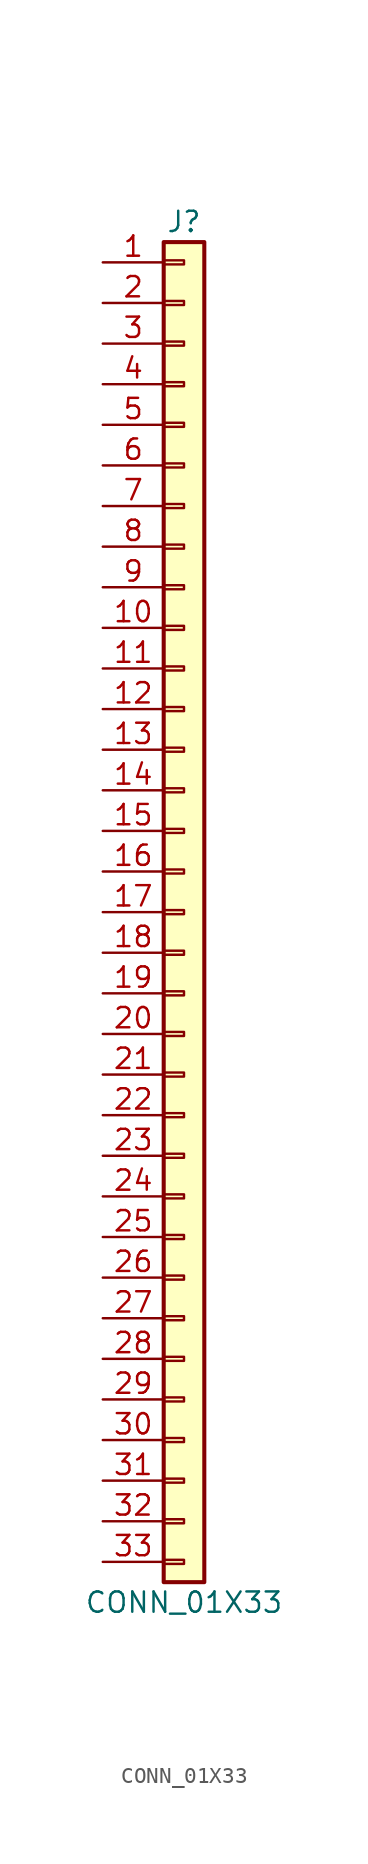
<source format=kicad_sym>
(kicad_symbol_lib
  (version 20211014)
  (generator kicad_symbol_editor)
  (symbol "CONN_01X33"
    (pin_names
      (offset 1.016) hide)
    (property "Reference" "J"
      (at 0 43.18 0)
      (effects (font (size 1.27 1.27))))
    (property "Value" "CONN_01X33"
      (at 0 -43.18 0)
      (effects (font (size 1.27 1.27))))
    (symbol "CONN_01X33_1_1"
      (rectangle (start -1.27 -40.513) (end 0 -40.767) (stroke (width 0.152) (type default) (color 0 0 0 0)) (fill (type none)))
      (rectangle (start -1.27 -37.973) (end 0 -38.227) (stroke (width 0.152) (type default) (color 0 0 0 0)) (fill (type none)))
      (rectangle (start -1.27 -35.433) (end 0 -35.687) (stroke (width 0.152) (type default) (color 0 0 0 0)) (fill (type none)))
      (rectangle (start -1.27 -32.893) (end 0 -33.147) (stroke (width 0.152) (type default) (color 0 0 0 0)) (fill (type none)))
      (rectangle (start -1.27 -30.353) (end 0 -30.607) (stroke (width 0.152) (type default) (color 0 0 0 0)) (fill (type none)))
      (rectangle (start -1.27 -27.813) (end 0 -28.067) (stroke (width 0.152) (type default) (color 0 0 0 0)) (fill (type none)))
      (rectangle (start -1.27 -25.273) (end 0 -25.527) (stroke (width 0.152) (type default) (color 0 0 0 0)) (fill (type none)))
      (rectangle (start -1.27 -22.733) (end 0 -22.987) (stroke (width 0.152) (type default) (color 0 0 0 0)) (fill (type none)))
      (rectangle (start -1.27 -20.193) (end 0 -20.447) (stroke (width 0.152) (type default) (color 0 0 0 0)) (fill (type none)))
      (rectangle (start -1.27 -17.653) (end 0 -17.907) (stroke (width 0.152) (type default) (color 0 0 0 0)) (fill (type none)))
      (rectangle (start -1.27 -15.113) (end 0 -15.367) (stroke (width 0.152) (type default) (color 0 0 0 0)) (fill (type none)))
      (rectangle (start -1.27 -12.573) (end 0 -12.827) (stroke (width 0.152) (type default) (color 0 0 0 0)) (fill (type none)))
      (rectangle (start -1.27 -10.033) (end 0 -10.287) (stroke (width 0.152) (type default) (color 0 0 0 0)) (fill (type none)))
      (rectangle (start -1.27 -7.493) (end 0 -7.747) (stroke (width 0.152) (type default) (color 0 0 0 0)) (fill (type none)))
      (rectangle (start -1.27 -4.953) (end 0 -5.207) (stroke (width 0.152) (type default) (color 0 0 0 0)) (fill (type none)))
      (rectangle (start -1.27 -2.413) (end 0 -2.667) (stroke (width 0.152) (type default) (color 0 0 0 0)) (fill (type none)))
      (rectangle (start -1.27 0.127) (end 0 -0.127) (stroke (width 0.152) (type default) (color 0 0 0 0)) (fill (type none)))
      (rectangle (start -1.27 2.667) (end 0 2.413) (stroke (width 0.152) (type default) (color 0 0 0 0)) (fill (type none)))
      (rectangle (start -1.27 5.207) (end 0 4.953) (stroke (width 0.152) (type default) (color 0 0 0 0)) (fill (type none)))
      (rectangle (start -1.27 7.747) (end 0 7.493) (stroke (width 0.152) (type default) (color 0 0 0 0)) (fill (type none)))
      (rectangle (start -1.27 10.287) (end 0 10.033) (stroke (width 0.152) (type default) (color 0 0 0 0)) (fill (type none)))
      (rectangle (start -1.27 12.827) (end 0 12.573) (stroke (width 0.152) (type default) (color 0 0 0 0)) (fill (type none)))
      (rectangle (start -1.27 15.367) (end 0 15.113) (stroke (width 0.152) (type default) (color 0 0 0 0)) (fill (type none)))
      (rectangle (start -1.27 17.907) (end 0 17.653) (stroke (width 0.152) (type default) (color 0 0 0 0)) (fill (type none)))
      (rectangle (start -1.27 20.447) (end 0 20.193) (stroke (width 0.152) (type default) (color 0 0 0 0)) (fill (type none)))
      (rectangle (start -1.27 22.987) (end 0 22.733) (stroke (width 0.152) (type default) (color 0 0 0 0)) (fill (type none)))
      (rectangle (start -1.27 25.527) (end 0 25.273) (stroke (width 0.152) (type default) (color 0 0 0 0)) (fill (type none)))
      (rectangle (start -1.27 28.067) (end 0 27.813) (stroke (width 0.152) (type default) (color 0 0 0 0)) (fill (type none)))
      (rectangle (start -1.27 30.607) (end 0 30.353) (stroke (width 0.152) (type default) (color 0 0 0 0)) (fill (type none)))
      (rectangle (start -1.27 33.147) (end 0 32.893) (stroke (width 0.152) (type default) (color 0 0 0 0)) (fill (type none)))
      (rectangle (start -1.27 35.687) (end 0 35.433) (stroke (width 0.152) (type default) (color 0 0 0 0)) (fill (type none)))
      (rectangle (start -1.27 38.227) (end 0 37.973) (stroke (width 0.152) (type default) (color 0 0 0 0)) (fill (type none)))
      (rectangle (start -1.27 40.767) (end 0 40.513) (stroke (width 0.152) (type default) (color 0 0 0 0)) (fill (type none)))
      (rectangle (start -1.27 41.91) (end 1.27 -41.91) (stroke (width 0.254) (type default) (color 0 0 0 0)) (fill (type background)))
      (pin passive line (at -5.08 40.64 0) (length 3.81) (name "Pin_1" (effects (font (size 1.27 1.27)))) (number "1" (effects (font (size 1.27 1.27)))))
      (pin passive line (at -5.08 17.78 0) (length 3.81) (name "Pin_10" (effects (font (size 1.27 1.27)))) (number "10" (effects (font (size 1.27 1.27)))))
      (pin passive line (at -5.08 15.24 0) (length 3.81) (name "Pin_11" (effects (font (size 1.27 1.27)))) (number "11" (effects (font (size 1.27 1.27)))))
      (pin passive line (at -5.08 12.7 0) (length 3.81) (name "Pin_12" (effects (font (size 1.27 1.27)))) (number "12" (effects (font (size 1.27 1.27)))))
      (pin passive line (at -5.08 10.16 0) (length 3.81) (name "Pin_13" (effects (font (size 1.27 1.27)))) (number "13" (effects (font (size 1.27 1.27)))))
      (pin passive line (at -5.08 7.62 0) (length 3.81) (name "Pin_14" (effects (font (size 1.27 1.27)))) (number "14" (effects (font (size 1.27 1.27)))))
      (pin passive line (at -5.08 5.08 0) (length 3.81) (name "Pin_15" (effects (font (size 1.27 1.27)))) (number "15" (effects (font (size 1.27 1.27)))))
      (pin passive line (at -5.08 2.54 0) (length 3.81) (name "Pin_16" (effects (font (size 1.27 1.27)))) (number "16" (effects (font (size 1.27 1.27)))))
      (pin passive line (at -5.08 0 0) (length 3.81) (name "Pin_17" (effects (font (size 1.27 1.27)))) (number "17" (effects (font (size 1.27 1.27)))))
      (pin passive line (at -5.08 -2.54 0) (length 3.81) (name "Pin_18" (effects (font (size 1.27 1.27)))) (number "18" (effects (font (size 1.27 1.27)))))
      (pin passive line (at -5.08 -5.08 0) (length 3.81) (name "Pin_19" (effects (font (size 1.27 1.27)))) (number "19" (effects (font (size 1.27 1.27)))))
      (pin passive line (at -5.08 38.1 0) (length 3.81) (name "Pin_2" (effects (font (size 1.27 1.27)))) (number "2" (effects (font (size 1.27 1.27)))))
      (pin passive line (at -5.08 -7.62 0) (length 3.81) (name "Pin_20" (effects (font (size 1.27 1.27)))) (number "20" (effects (font (size 1.27 1.27)))))
      (pin passive line (at -5.08 -10.16 0) (length 3.81) (name "Pin_21" (effects (font (size 1.27 1.27)))) (number "21" (effects (font (size 1.27 1.27)))))
      (pin passive line (at -5.08 -12.7 0) (length 3.81) (name "Pin_22" (effects (font (size 1.27 1.27)))) (number "22" (effects (font (size 1.27 1.27)))))
      (pin passive line (at -5.08 -15.24 0) (length 3.81) (name "Pin_23" (effects (font (size 1.27 1.27)))) (number "23" (effects (font (size 1.27 1.27)))))
      (pin passive line (at -5.08 -17.78 0) (length 3.81) (name "Pin_24" (effects (font (size 1.27 1.27)))) (number "24" (effects (font (size 1.27 1.27)))))
      (pin passive line (at -5.08 -20.32 0) (length 3.81) (name "Pin_25" (effects (font (size 1.27 1.27)))) (number "25" (effects (font (size 1.27 1.27)))))
      (pin passive line (at -5.08 -22.86 0) (length 3.81) (name "Pin_26" (effects (font (size 1.27 1.27)))) (number "26" (effects (font (size 1.27 1.27)))))
      (pin passive line (at -5.08 -25.4 0) (length 3.81) (name "Pin_27" (effects (font (size 1.27 1.27)))) (number "27" (effects (font (size 1.27 1.27)))))
      (pin passive line (at -5.08 -27.94 0) (length 3.81) (name "Pin_28" (effects (font (size 1.27 1.27)))) (number "28" (effects (font (size 1.27 1.27)))))
      (pin passive line (at -5.08 -30.48 0) (length 3.81) (name "Pin_29" (effects (font (size 1.27 1.27)))) (number "29" (effects (font (size 1.27 1.27)))))
      (pin passive line (at -5.08 35.56 0) (length 3.81) (name "Pin_3" (effects (font (size 1.27 1.27)))) (number "3" (effects (font (size 1.27 1.27)))))
      (pin passive line (at -5.08 -33.02 0) (length 3.81) (name "Pin_30" (effects (font (size 1.27 1.27)))) (number "30" (effects (font (size 1.27 1.27)))))
      (pin passive line (at -5.08 -35.56 0) (length 3.81) (name "Pin_31" (effects (font (size 1.27 1.27)))) (number "31" (effects (font (size 1.27 1.27)))))
      (pin passive line (at -5.08 -38.1 0) (length 3.81) (name "Pin_32" (effects (font (size 1.27 1.27)))) (number "32" (effects (font (size 1.27 1.27)))))
      (pin passive line (at -5.08 -40.64 0) (length 3.81) (name "Pin_33" (effects (font (size 1.27 1.27)))) (number "33" (effects (font (size 1.27 1.27)))))
      (pin passive line (at -5.08 33.02 0) (length 3.81) (name "Pin_4" (effects (font (size 1.27 1.27)))) (number "4" (effects (font (size 1.27 1.27)))))
      (pin passive line (at -5.08 30.48 0) (length 3.81) (name "Pin_5" (effects (font (size 1.27 1.27)))) (number "5" (effects (font (size 1.27 1.27)))))
      (pin passive line (at -5.08 27.94 0) (length 3.81) (name "Pin_6" (effects (font (size 1.27 1.27)))) (number "6" (effects (font (size 1.27 1.27)))))
      (pin passive line (at -5.08 25.4 0) (length 3.81) (name "Pin_7" (effects (font (size 1.27 1.27)))) (number "7" (effects (font (size 1.27 1.27)))))
      (pin passive line (at -5.08 22.86 0) (length 3.81) (name "Pin_8" (effects (font (size 1.27 1.27)))) (number "8" (effects (font (size 1.27 1.27)))))
      (pin passive line (at -5.08 20.32 0) (length 3.81) (name "Pin_9" (effects (font (size 1.27 1.27)))) (number "9" (effects (font (size 1.27 1.27))))))))
</source>
